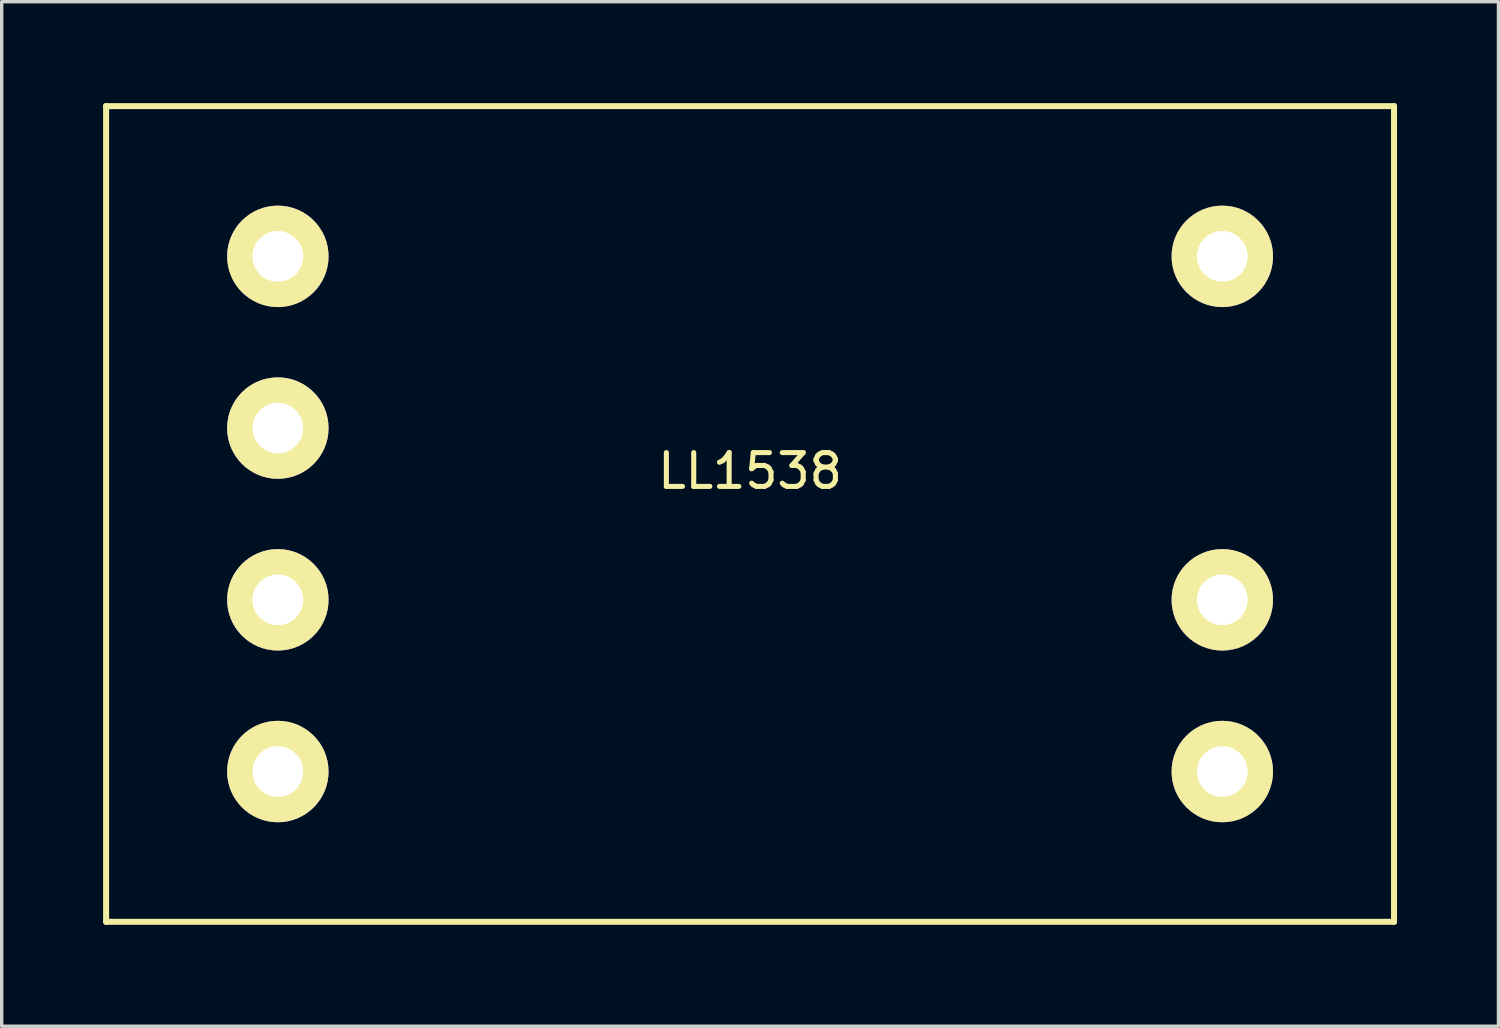
<source format=kicad_pcb>
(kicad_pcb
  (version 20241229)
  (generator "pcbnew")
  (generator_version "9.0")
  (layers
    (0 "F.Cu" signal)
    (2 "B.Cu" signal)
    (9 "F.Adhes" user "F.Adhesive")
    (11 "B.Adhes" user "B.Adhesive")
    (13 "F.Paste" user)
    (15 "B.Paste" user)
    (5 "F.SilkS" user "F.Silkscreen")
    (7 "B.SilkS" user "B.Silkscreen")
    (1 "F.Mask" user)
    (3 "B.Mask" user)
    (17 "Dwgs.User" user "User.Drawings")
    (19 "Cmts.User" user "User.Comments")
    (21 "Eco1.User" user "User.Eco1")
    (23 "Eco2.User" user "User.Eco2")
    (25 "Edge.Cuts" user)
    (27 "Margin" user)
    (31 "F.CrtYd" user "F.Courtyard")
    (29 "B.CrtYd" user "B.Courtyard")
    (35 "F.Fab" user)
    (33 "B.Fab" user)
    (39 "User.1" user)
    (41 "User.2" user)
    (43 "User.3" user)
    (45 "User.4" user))
  (footprint "LL1538"
    (layer "F.Cu")
    (at 19.139 12.154)
    (property "Reference" "LL1538" (at 0 -1.27 0) (layer "F.SilkS") (effects (font (size 1 1) (thickness 0.15))))
    (attr exclude_from_pos_files exclude_from_bom)
    (fp_line (start -19.05 -12.065) (end -19.05 12.065) (stroke (width 0.178) (type solid)) (layer "F.SilkS"))
    (fp_line (start -19.05 12.065) (end 19.05 12.065) (stroke (width 0.178) (type solid)) (layer "F.SilkS"))
    (fp_line (start 19.05 -12.065) (end -19.05 -12.065) (stroke (width 0.178) (type solid)) (layer "F.SilkS"))
    (fp_line (start 19.05 12.065) (end 19.05 -12.065) (stroke (width 0.178) (type solid)) (layer "F.SilkS"))
    (pad "1" thru_hole circle (at -13.97 7.62) (size 3 3) (drill 1.5) (layers "*.Cu" "*.Mask" "F.SilkS"))
    (pad "2" thru_hole circle (at -13.97 2.54) (size 3 3) (drill 1.5) (layers "*.Cu" "*.Mask" "F.SilkS"))
    (pad "3" thru_hole circle (at -13.97 -2.54) (size 3 3) (drill 1.5) (layers "*.Cu" "*.Mask" "F.SilkS"))
    (pad "4" thru_hole circle (at -13.97 -7.62) (size 3 3) (drill 1.5) (layers "*.Cu" "*.Mask" "F.SilkS"))
    (pad "5" thru_hole circle (at 13.97 7.62) (size 3 3) (drill 1.5) (layers "*.Cu" "*.Mask" "F.SilkS"))
    (pad "6" thru_hole circle (at 13.97 2.54) (size 3 3) (drill 1.5) (layers "*.Cu" "*.Mask" "F.SilkS"))
    (pad "8" thru_hole circle (at 13.97 -7.62) (size 3 3) (drill 1.5) (layers "*.Cu" "*.Mask" "F.SilkS")))
  (gr_rect
    (start -3 -3)
    (end 41.278 27.308)
    (stroke (width 0.1) (type default))
    (fill no)
    (layer "Edge.Cuts")))
</source>
